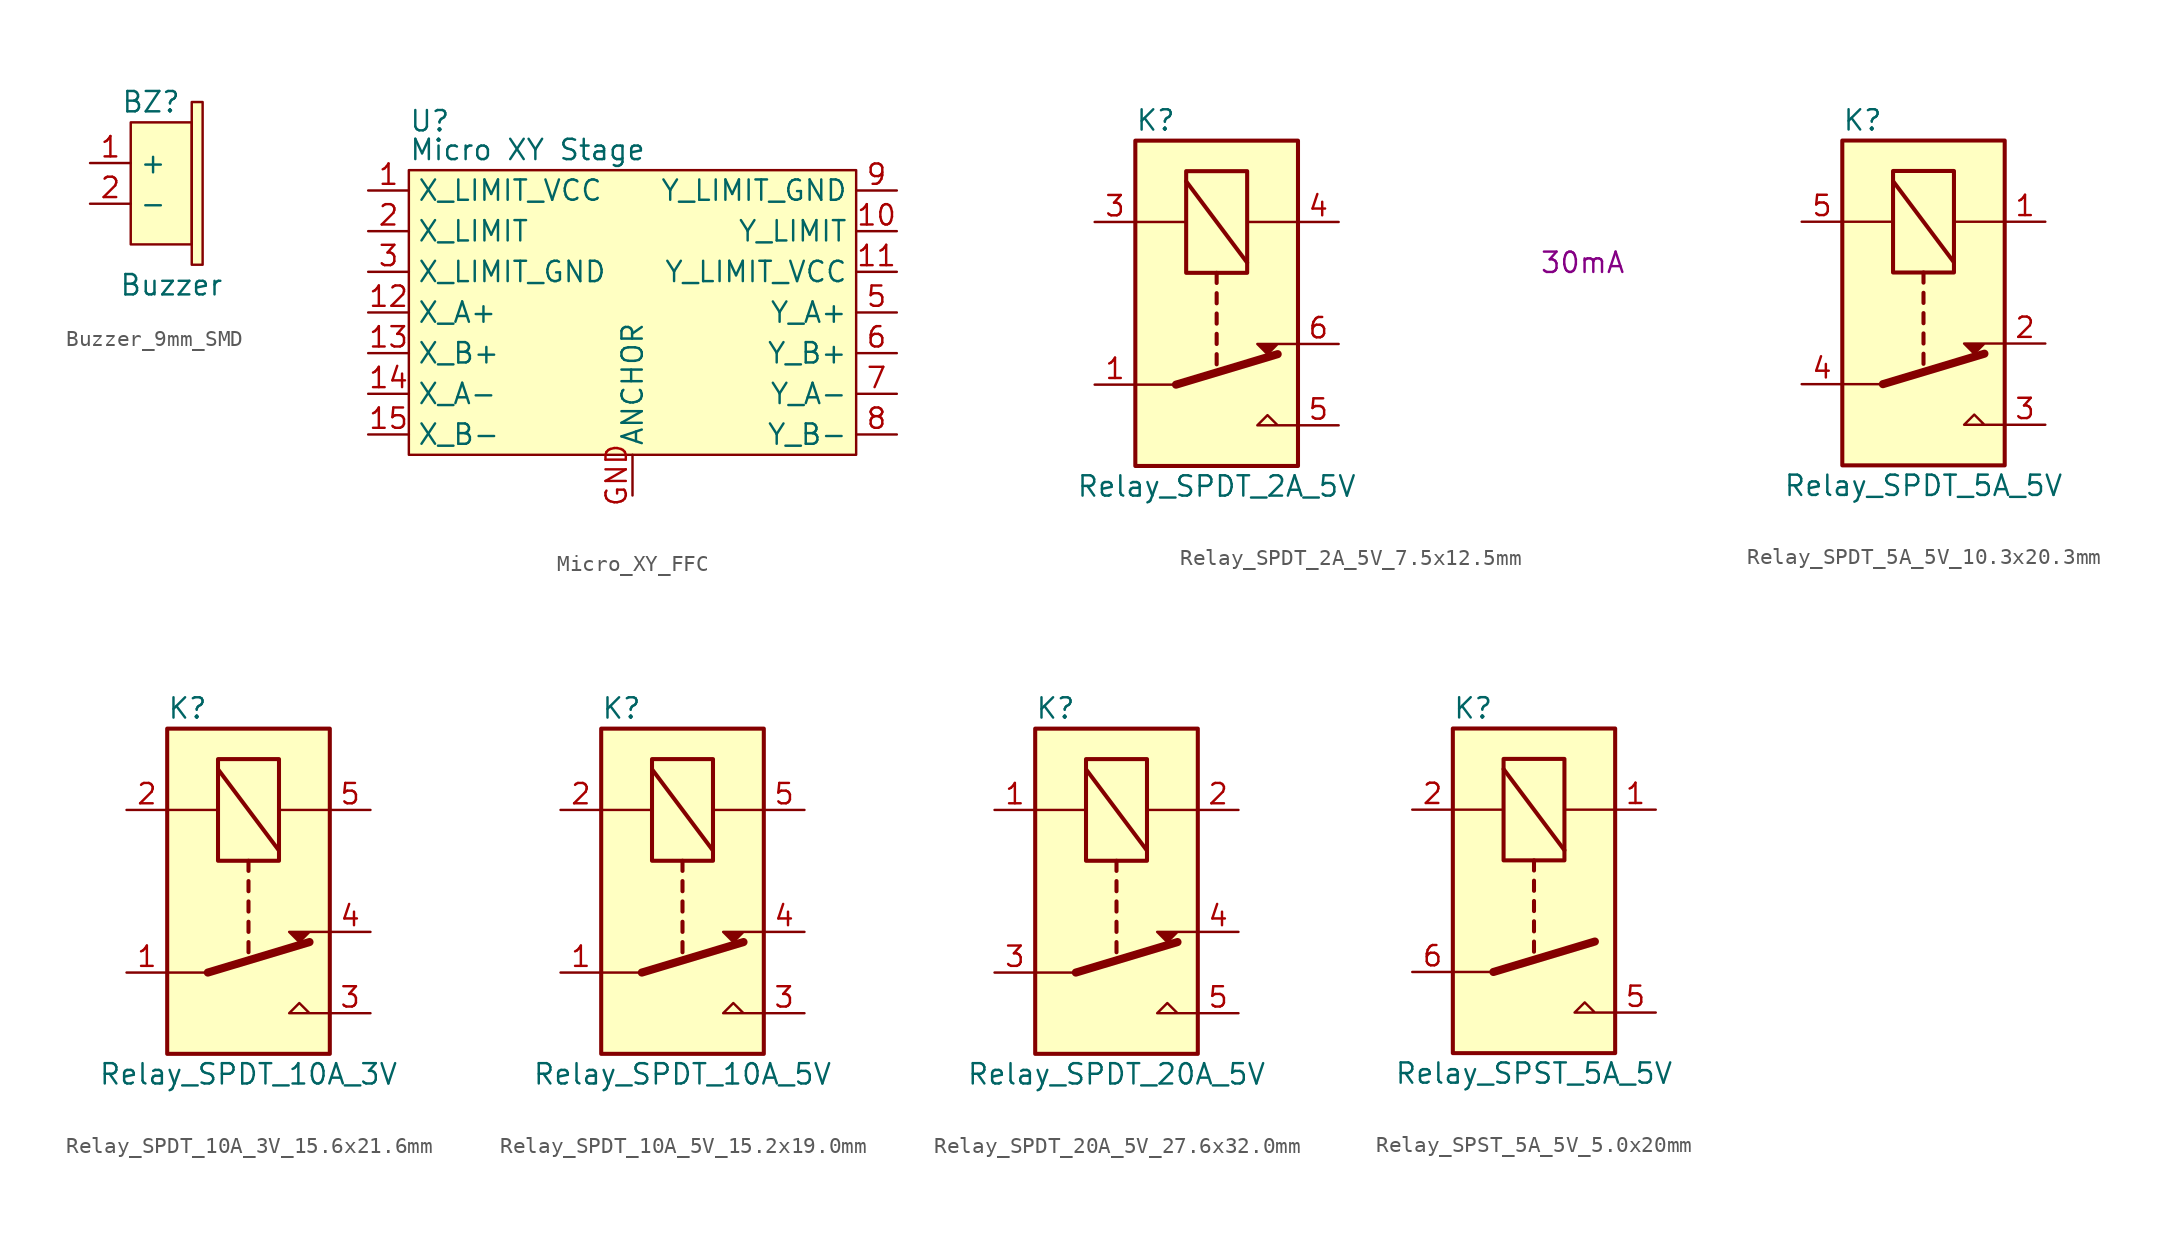
<source format=kicad_sym>
(kicad_symbol_lib
  (version 20241209)
  (generator "kicad_symbol_editor")
  (generator_version "9.0")
  (symbol "Buzzer_9mm_SMD"
    (property "Reference" "BZ"
      (at 0 5.08 0)
      (effects (font (size 1.27 1.27))))
    (property "Value" "Buzzer"
      (at 1.27 -6.35 0)
      (effects (font (size 1.27 1.27))))
    (symbol "Buzzer_9mm_SMD_1_1"
      (polyline (pts (xy -1.27 3.81) (xy -1.27 -3.81) (xy 2.54 -3.81) (xy 2.54 3.81) (xy -1.27 3.81)) (stroke (width 0) (type default)) (fill (type background)))
      (rectangle (start 3.219 5.08) (end 2.54 -5.08) (stroke (width 0) (type default)) (fill (type background)))
      (pin input line (at -3.81 1.27 0) (length 2.54) (name "+" (effects (font (size 1.27 1.27)))) (number "1" (effects (font (size 1.27 1.27)))))
      (pin input line (at -3.81 -1.27 0) (length 2.54) (name "-" (effects (font (size 1.27 1.27)))) (number "2" (effects (font (size 1.27 1.27)))))))
  (symbol "Micro_XY_FFC"
    (property "Reference" "U"
      (at -13.97 12.7 0)
      (effects (font (size 1.27 1.27)) (justify left top)))
    (property "Value" "Micro XY Stage"
      (at -13.97 10.16 0)
      (effects (font (size 1.27 1.27)) (justify left)))
    (symbol "Micro_XY_FFC_1_1"
      (polyline (pts (xy -13.97 8.89) (xy -13.97 -8.89) (xy 13.97 -8.89) (xy 13.97 8.89) (xy -13.97 8.89)) (stroke (width 0) (type default)) (fill (type background)))
      (pin input line (at -16.51 7.62 0) (length 2.54) (name "X_LIMIT_VCC" (effects (font (size 1.27 1.27)))) (number "1" (effects (font (size 1.27 1.27)))))
      (pin input line (at -16.51 5.08 0) (length 2.54) (name "X_LIMIT" (effects (font (size 1.27 1.27)))) (number "2" (effects (font (size 1.27 1.27)))))
      (pin input line (at -16.51 2.54 0) (length 2.54) (name "X_LIMIT_GND" (effects (font (size 1.27 1.27)))) (number "3" (effects (font (size 1.27 1.27)))))
      (pin input line (at -16.51 0 0) (length 2.54) (name "X_A+" (effects (font (size 1.27 1.27)))) (number "12" (effects (font (size 1.27 1.27)))))
      (pin input line (at -16.51 -2.54 0) (length 2.54) (name "X_B+" (effects (font (size 1.27 1.27)))) (number "13" (effects (font (size 1.27 1.27)))))
      (pin input line (at -16.51 -5.08 0) (length 2.54) (name "X_A-" (effects (font (size 1.27 1.27)))) (number "14" (effects (font (size 1.27 1.27)))))
      (pin input line (at -16.51 -7.62 0) (length 2.54) (name "X_B-" (effects (font (size 1.27 1.27)))) (number "15" (effects (font (size 1.27 1.27)))))
      (pin no_connect line (at 0 -11.43 90) (length 2.54) (hide yes) (name "NC" (effects (font (size 1.27 1.27)))) (number "4" (effects (font (size 1.27 1.27)))))
      (pin passive line (at 0 -11.43 90) (length 2.54) (name "ANCHOR" (effects (font (size 1.27 1.27)))) (number "GND" (effects (font (size 1.27 1.27)))))
      (pin input line (at 16.51 7.62 180) (length 2.54) (name "Y_LIMIT_GND" (effects (font (size 1.27 1.27)))) (number "9" (effects (font (size 1.27 1.27)))))
      (pin input line (at 16.51 5.08 180) (length 2.54) (name "Y_LIMIT" (effects (font (size 1.27 1.27)))) (number "10" (effects (font (size 1.27 1.27)))))
      (pin input line (at 16.51 2.54 180) (length 2.54) (name "Y_LIMIT_VCC" (effects (font (size 1.27 1.27)))) (number "11" (effects (font (size 1.27 1.27)))))
      (pin input line (at 16.51 0 180) (length 2.54) (name "Y_A+" (effects (font (size 1.27 1.27)))) (number "5" (effects (font (size 1.27 1.27)))))
      (pin input line (at 16.51 -2.54 180) (length 2.54) (name "Y_B+" (effects (font (size 1.27 1.27)))) (number "6" (effects (font (size 1.27 1.27)))))
      (pin input line (at 16.51 -5.08 180) (length 2.54) (name "Y_A-" (effects (font (size 1.27 1.27)))) (number "7" (effects (font (size 1.27 1.27)))))
      (pin input line (at 16.51 -7.62 180) (length 2.54) (name "Y_B-" (effects (font (size 1.27 1.27)))) (number "8" (effects (font (size 1.27 1.27)))))))
  (symbol "Relay_SPDT_2A_5V_7.5x12.5mm"
    (property "Reference" "K"
      (at -3.81 11.43 0)
      (effects (font (size 1.27 1.27))))
    (property "Value" "Relay_SPDT_2A_5V"
      (at 0 -11.43 0)
      (effects (font (size 1.27 1.27))))
    (property "ICoil" "30mA"
      (at 22.86 2.54 0)
      (effects (font (size 1.27 1.27))))
    (symbol "Relay_SPDT_2A_5V_7.5x12.5mm_0_0"
      (polyline (pts (xy 5.08 -2.54) (xy 2.54 -2.54) (xy 3.175 -3.175) (xy 3.81 -2.54)) (stroke (width 0) (type default)) (fill (type outline)))
      (polyline (pts (xy 5.08 -7.62) (xy 2.54 -7.62) (xy 3.175 -6.985) (xy 3.81 -7.62)) (stroke (width 0) (type default)) (fill (type none))))
    (symbol "Relay_SPDT_2A_5V_7.5x12.5mm_0_1"
      (polyline (pts (xy -5.08 5.08) (xy -1.905 5.08)) (stroke (width 0) (type default)) (fill (type none)))
      (polyline (pts (xy -2.54 -5.08) (xy -5.08 -5.08)) (stroke (width 0) (type default)) (fill (type none)))
      (polyline (pts (xy -2.54 -5.08) (xy 3.81 -3.175)) (stroke (width 0.508) (type default)) (fill (type none)))
      (polyline (pts (xy -1.905 7.62) (xy 1.905 2.54)) (stroke (width 0.254) (type default)) (fill (type none)))
      (polyline (pts (xy 0 1.905) (xy 0 1.27)) (stroke (width 0.254) (type default)) (fill (type none)))
      (polyline (pts (xy 0 0.635) (xy 0 0)) (stroke (width 0.254) (type default)) (fill (type none)))
      (polyline (pts (xy 0 -0.635) (xy 0 -1.27)) (stroke (width 0.254) (type default)) (fill (type none)))
      (polyline (pts (xy 0 -1.905) (xy 0 -2.54)) (stroke (width 0.254) (type default)) (fill (type none)))
      (polyline (pts (xy 0 -3.175) (xy 0 -3.81)) (stroke (width 0.254) (type default)) (fill (type none)))
      (rectangle (start 1.905 8.255) (end -1.905 1.905) (stroke (width 0.254) (type default)) (fill (type none)))
      (rectangle (start 5.08 10.16) (end -5.08 -10.16) (stroke (width 0.254) (type default)) (fill (type background)))
      (polyline (pts (xy 5.08 5.08) (xy 1.905 5.08)) (stroke (width 0) (type default)) (fill (type none))))
    (symbol "Relay_SPDT_2A_5V_7.5x12.5mm_1_1"
      (pin passive line (at -7.62 5.08 0) (length 2.54) (name "" (effects (font (size 1.27 1.27)))) (number "3" (effects (font (size 1.27 1.27)))))
      (pin passive line (at -7.62 -5.08 0) (length 2.54) (name "" (effects (font (size 1.27 1.27)))) (number "1" (effects (font (size 1.27 1.27)))))
      (pin passive line (at -7.62 -5.08 0) (length 2.54) (hide yes) (name "" (effects (font (size 1.27 1.27)))) (number "2" (effects (font (size 1.27 1.27)))))
      (pin passive line (at 7.62 5.08 180) (length 2.54) (name "" (effects (font (size 1.27 1.27)))) (number "4" (effects (font (size 1.27 1.27)))))
      (pin passive line (at 7.62 -2.54 180) (length 2.54) (name "" (effects (font (size 1.27 1.27)))) (number "6" (effects (font (size 1.27 1.27)))))
      (pin passive line (at 7.62 -7.62 180) (length 2.54) (name "" (effects (font (size 1.27 1.27)))) (number "5" (effects (font (size 1.27 1.27)))))))
  (symbol "Relay_SPDT_5A_5V_10.3x20.3mm"
    (property "Reference" "K"
      (at -3.81 11.43 0)
      (effects (font (size 1.27 1.27))))
    (property "Value" "Relay_SPDT_5A_5V"
      (at 0 -11.43 0)
      (effects (font (size 1.27 1.27))))
    (symbol "Relay_SPDT_5A_5V_10.3x20.3mm_0_0"
      (polyline (pts (xy 5.08 -2.54) (xy 2.54 -2.54) (xy 3.175 -3.175) (xy 3.81 -2.54)) (stroke (width 0) (type default)) (fill (type outline)))
      (polyline (pts (xy 5.08 -7.62) (xy 2.54 -7.62) (xy 3.175 -6.985) (xy 3.81 -7.62)) (stroke (width 0) (type default)) (fill (type none))))
    (symbol "Relay_SPDT_5A_5V_10.3x20.3mm_0_1"
      (polyline (pts (xy -5.08 5.08) (xy -1.905 5.08)) (stroke (width 0) (type default)) (fill (type none)))
      (polyline (pts (xy -2.54 -5.08) (xy -5.08 -5.08)) (stroke (width 0) (type default)) (fill (type none)))
      (polyline (pts (xy -2.54 -5.08) (xy 3.81 -3.175)) (stroke (width 0.508) (type default)) (fill (type none)))
      (polyline (pts (xy -1.905 7.62) (xy 1.905 2.54)) (stroke (width 0.254) (type default)) (fill (type none)))
      (polyline (pts (xy 0 1.905) (xy 0 1.27)) (stroke (width 0.254) (type default)) (fill (type none)))
      (polyline (pts (xy 0 0.635) (xy 0 0)) (stroke (width 0.254) (type default)) (fill (type none)))
      (polyline (pts (xy 0 -0.635) (xy 0 -1.27)) (stroke (width 0.254) (type default)) (fill (type none)))
      (polyline (pts (xy 0 -1.905) (xy 0 -2.54)) (stroke (width 0.254) (type default)) (fill (type none)))
      (polyline (pts (xy 0 -3.175) (xy 0 -3.81)) (stroke (width 0.254) (type default)) (fill (type none)))
      (rectangle (start 1.905 8.255) (end -1.905 1.905) (stroke (width 0.254) (type default)) (fill (type none)))
      (rectangle (start 5.08 10.16) (end -5.08 -10.16) (stroke (width 0.254) (type default)) (fill (type background)))
      (polyline (pts (xy 5.08 5.08) (xy 1.905 5.08)) (stroke (width 0) (type default)) (fill (type none))))
    (symbol "Relay_SPDT_5A_5V_10.3x20.3mm_1_1"
      (pin passive line (at -7.62 5.08 0) (length 2.54) (name "" (effects (font (size 1.27 1.27)))) (number "5" (effects (font (size 1.27 1.27)))))
      (pin passive line (at -7.62 -5.08 0) (length 2.54) (name "" (effects (font (size 1.27 1.27)))) (number "4" (effects (font (size 1.27 1.27)))))
      (pin passive line (at 7.62 5.08 180) (length 2.54) (name "" (effects (font (size 1.27 1.27)))) (number "1" (effects (font (size 1.27 1.27)))))
      (pin passive line (at 7.62 -2.54 180) (length 2.54) (name "" (effects (font (size 1.27 1.27)))) (number "2" (effects (font (size 1.27 1.27)))))
      (pin passive line (at 7.62 -7.62 180) (length 2.54) (name "" (effects (font (size 1.27 1.27)))) (number "3" (effects (font (size 1.27 1.27)))))))
  (symbol "Relay_SPDT_10A_3V_15.6x21.6mm"
    (property "Reference" "K"
      (at -3.81 11.43 0)
      (effects (font (size 1.27 1.27))))
    (property "Value" "Relay_SPDT_10A_3V"
      (at 0 -11.43 0)
      (effects (font (size 1.27 1.27))))
    (symbol "Relay_SPDT_10A_3V_15.6x21.6mm_0_0"
      (polyline (pts (xy 5.08 -2.54) (xy 2.54 -2.54) (xy 3.175 -3.175) (xy 3.81 -2.54)) (stroke (width 0) (type default)) (fill (type outline)))
      (polyline (pts (xy 5.08 -7.62) (xy 2.54 -7.62) (xy 3.175 -6.985) (xy 3.81 -7.62)) (stroke (width 0) (type default)) (fill (type none))))
    (symbol "Relay_SPDT_10A_3V_15.6x21.6mm_0_1"
      (polyline (pts (xy -5.08 5.08) (xy -1.905 5.08)) (stroke (width 0) (type default)) (fill (type none)))
      (polyline (pts (xy -2.54 -5.08) (xy -5.08 -5.08)) (stroke (width 0) (type default)) (fill (type none)))
      (polyline (pts (xy -2.54 -5.08) (xy 3.81 -3.175)) (stroke (width 0.508) (type default)) (fill (type none)))
      (polyline (pts (xy -1.905 7.62) (xy 1.905 2.54)) (stroke (width 0.254) (type default)) (fill (type none)))
      (polyline (pts (xy 0 1.905) (xy 0 1.27)) (stroke (width 0.254) (type default)) (fill (type none)))
      (polyline (pts (xy 0 0.635) (xy 0 0)) (stroke (width 0.254) (type default)) (fill (type none)))
      (polyline (pts (xy 0 -0.635) (xy 0 -1.27)) (stroke (width 0.254) (type default)) (fill (type none)))
      (polyline (pts (xy 0 -1.905) (xy 0 -2.54)) (stroke (width 0.254) (type default)) (fill (type none)))
      (polyline (pts (xy 0 -3.175) (xy 0 -3.81)) (stroke (width 0.254) (type default)) (fill (type none)))
      (rectangle (start 1.905 8.255) (end -1.905 1.905) (stroke (width 0.254) (type default)) (fill (type none)))
      (rectangle (start 5.08 10.16) (end -5.08 -10.16) (stroke (width 0.254) (type default)) (fill (type background)))
      (polyline (pts (xy 5.08 5.08) (xy 1.905 5.08)) (stroke (width 0) (type default)) (fill (type none))))
    (symbol "Relay_SPDT_10A_3V_15.6x21.6mm_1_1"
      (pin passive line (at -7.62 5.08 0) (length 2.54) (name "" (effects (font (size 1.27 1.27)))) (number "2" (effects (font (size 1.27 1.27)))))
      (pin passive line (at -7.62 -5.08 0) (length 2.54) (name "" (effects (font (size 1.27 1.27)))) (number "1" (effects (font (size 1.27 1.27)))))
      (pin passive line (at 7.62 5.08 180) (length 2.54) (name "" (effects (font (size 1.27 1.27)))) (number "5" (effects (font (size 1.27 1.27)))))
      (pin passive line (at 7.62 -2.54 180) (length 2.54) (name "" (effects (font (size 1.27 1.27)))) (number "4" (effects (font (size 1.27 1.27)))))
      (pin passive line (at 7.62 -7.62 180) (length 2.54) (name "" (effects (font (size 1.27 1.27)))) (number "3" (effects (font (size 1.27 1.27)))))))
  (symbol "Relay_SPDT_10A_5V_15.2x19.0mm"
    (property "Reference" "K"
      (at -3.81 11.43 0)
      (effects (font (size 1.27 1.27))))
    (property "Value" "Relay_SPDT_10A_5V"
      (at 0 -11.43 0)
      (effects (font (size 1.27 1.27))))
    (symbol "Relay_SPDT_10A_5V_15.2x19.0mm_0_0"
      (polyline (pts (xy 5.08 -2.54) (xy 2.54 -2.54) (xy 3.175 -3.175) (xy 3.81 -2.54)) (stroke (width 0) (type default)) (fill (type outline)))
      (polyline (pts (xy 5.08 -7.62) (xy 2.54 -7.62) (xy 3.175 -6.985) (xy 3.81 -7.62)) (stroke (width 0) (type default)) (fill (type none))))
    (symbol "Relay_SPDT_10A_5V_15.2x19.0mm_0_1"
      (polyline (pts (xy -5.08 5.08) (xy -1.905 5.08)) (stroke (width 0) (type default)) (fill (type none)))
      (polyline (pts (xy -2.54 -5.08) (xy -5.08 -5.08)) (stroke (width 0) (type default)) (fill (type none)))
      (polyline (pts (xy -2.54 -5.08) (xy 3.81 -3.175)) (stroke (width 0.508) (type default)) (fill (type none)))
      (polyline (pts (xy -1.905 7.62) (xy 1.905 2.54)) (stroke (width 0.254) (type default)) (fill (type none)))
      (polyline (pts (xy 0 1.905) (xy 0 1.27)) (stroke (width 0.254) (type default)) (fill (type none)))
      (polyline (pts (xy 0 0.635) (xy 0 0)) (stroke (width 0.254) (type default)) (fill (type none)))
      (polyline (pts (xy 0 -0.635) (xy 0 -1.27)) (stroke (width 0.254) (type default)) (fill (type none)))
      (polyline (pts (xy 0 -1.905) (xy 0 -2.54)) (stroke (width 0.254) (type default)) (fill (type none)))
      (polyline (pts (xy 0 -3.175) (xy 0 -3.81)) (stroke (width 0.254) (type default)) (fill (type none)))
      (rectangle (start 1.905 8.255) (end -1.905 1.905) (stroke (width 0.254) (type default)) (fill (type none)))
      (rectangle (start 5.08 10.16) (end -5.08 -10.16) (stroke (width 0.254) (type default)) (fill (type background)))
      (polyline (pts (xy 5.08 5.08) (xy 1.905 5.08)) (stroke (width 0) (type default)) (fill (type none))))
    (symbol "Relay_SPDT_10A_5V_15.2x19.0mm_1_1"
      (pin passive line (at -7.62 5.08 0) (length 2.54) (name "" (effects (font (size 1.27 1.27)))) (number "2" (effects (font (size 1.27 1.27)))))
      (pin passive line (at -7.62 -5.08 0) (length 2.54) (name "" (effects (font (size 1.27 1.27)))) (number "1" (effects (font (size 1.27 1.27)))))
      (pin passive line (at 7.62 5.08 180) (length 2.54) (name "" (effects (font (size 1.27 1.27)))) (number "5" (effects (font (size 1.27 1.27)))))
      (pin passive line (at 7.62 -2.54 180) (length 2.54) (name "" (effects (font (size 1.27 1.27)))) (number "4" (effects (font (size 1.27 1.27)))))
      (pin passive line (at 7.62 -7.62 180) (length 2.54) (name "" (effects (font (size 1.27 1.27)))) (number "3" (effects (font (size 1.27 1.27)))))))
  (symbol "Relay_SPDT_20A_5V_27.6x32.0mm"
    (property "Reference" "K"
      (at -3.81 11.43 0)
      (effects (font (size 1.27 1.27))))
    (property "Value" "Relay_SPDT_20A_5V"
      (at 0 -11.43 0)
      (effects (font (size 1.27 1.27))))
    (symbol "Relay_SPDT_20A_5V_27.6x32.0mm_0_0"
      (polyline (pts (xy 5.08 -2.54) (xy 2.54 -2.54) (xy 3.175 -3.175) (xy 3.81 -2.54)) (stroke (width 0) (type default)) (fill (type outline)))
      (polyline (pts (xy 5.08 -7.62) (xy 2.54 -7.62) (xy 3.175 -6.985) (xy 3.81 -7.62)) (stroke (width 0) (type default)) (fill (type none))))
    (symbol "Relay_SPDT_20A_5V_27.6x32.0mm_0_1"
      (polyline (pts (xy -5.08 5.08) (xy -1.905 5.08)) (stroke (width 0) (type default)) (fill (type none)))
      (polyline (pts (xy -2.54 -5.08) (xy -5.08 -5.08)) (stroke (width 0) (type default)) (fill (type none)))
      (polyline (pts (xy -2.54 -5.08) (xy 3.81 -3.175)) (stroke (width 0.508) (type default)) (fill (type none)))
      (polyline (pts (xy -1.905 7.62) (xy 1.905 2.54)) (stroke (width 0.254) (type default)) (fill (type none)))
      (polyline (pts (xy 0 1.905) (xy 0 1.27)) (stroke (width 0.254) (type default)) (fill (type none)))
      (polyline (pts (xy 0 0.635) (xy 0 0)) (stroke (width 0.254) (type default)) (fill (type none)))
      (polyline (pts (xy 0 -0.635) (xy 0 -1.27)) (stroke (width 0.254) (type default)) (fill (type none)))
      (polyline (pts (xy 0 -1.905) (xy 0 -2.54)) (stroke (width 0.254) (type default)) (fill (type none)))
      (polyline (pts (xy 0 -3.175) (xy 0 -3.81)) (stroke (width 0.254) (type default)) (fill (type none)))
      (rectangle (start 1.905 8.255) (end -1.905 1.905) (stroke (width 0.254) (type default)) (fill (type none)))
      (rectangle (start 5.08 10.16) (end -5.08 -10.16) (stroke (width 0.254) (type default)) (fill (type background)))
      (polyline (pts (xy 5.08 5.08) (xy 1.905 5.08)) (stroke (width 0) (type default)) (fill (type none))))
    (symbol "Relay_SPDT_20A_5V_27.6x32.0mm_1_1"
      (pin passive line (at -7.62 5.08 0) (length 2.54) (name "" (effects (font (size 1.27 1.27)))) (number "1" (effects (font (size 1.27 1.27)))))
      (pin passive line (at -7.62 -5.08 0) (length 2.54) (name "" (effects (font (size 1.27 1.27)))) (number "3" (effects (font (size 1.27 1.27)))))
      (pin passive line (at 7.62 5.08 180) (length 2.54) (name "" (effects (font (size 1.27 1.27)))) (number "2" (effects (font (size 1.27 1.27)))))
      (pin passive line (at 7.62 -2.54 180) (length 2.54) (name "" (effects (font (size 1.27 1.27)))) (number "4" (effects (font (size 1.27 1.27)))))
      (pin passive line (at 7.62 -7.62 180) (length 2.54) (name "" (effects (font (size 1.27 1.27)))) (number "5" (effects (font (size 1.27 1.27)))))))
  (symbol "Relay_SPST_5A_5V_5.0x20mm"
    (property "Reference" "K"
      (at -3.81 11.43 0)
      (effects (font (size 1.27 1.27))))
    (property "Value" "Relay_SPST_5A_5V"
      (at 0 -11.43 0)
      (effects (font (size 1.27 1.27))))
    (symbol "Relay_SPST_5A_5V_5.0x20mm_0_0"
      (polyline (pts (xy 5.08 -7.62) (xy 2.54 -7.62) (xy 3.175 -6.985) (xy 3.81 -7.62)) (stroke (width 0) (type default)) (fill (type none))))
    (symbol "Relay_SPST_5A_5V_5.0x20mm_0_1"
      (polyline (pts (xy -5.08 5.08) (xy -1.905 5.08)) (stroke (width 0) (type default)) (fill (type none)))
      (polyline (pts (xy -2.54 -5.08) (xy -5.08 -5.08)) (stroke (width 0) (type default)) (fill (type none)))
      (polyline (pts (xy -2.54 -5.08) (xy 3.81 -3.175)) (stroke (width 0.508) (type default)) (fill (type none)))
      (polyline (pts (xy -1.905 7.62) (xy 1.905 2.54)) (stroke (width 0.254) (type default)) (fill (type none)))
      (polyline (pts (xy 0 1.905) (xy 0 1.27)) (stroke (width 0.254) (type default)) (fill (type none)))
      (polyline (pts (xy 0 0.635) (xy 0 0)) (stroke (width 0.254) (type default)) (fill (type none)))
      (polyline (pts (xy 0 -0.635) (xy 0 -1.27)) (stroke (width 0.254) (type default)) (fill (type none)))
      (polyline (pts (xy 0 -1.905) (xy 0 -2.54)) (stroke (width 0.254) (type default)) (fill (type none)))
      (polyline (pts (xy 0 -3.175) (xy 0 -3.81)) (stroke (width 0.254) (type default)) (fill (type none)))
      (rectangle (start 1.905 8.255) (end -1.905 1.905) (stroke (width 0.254) (type default)) (fill (type none)))
      (rectangle (start 5.08 10.16) (end -5.08 -10.16) (stroke (width 0.254) (type default)) (fill (type background)))
      (polyline (pts (xy 5.08 5.08) (xy 1.905 5.08)) (stroke (width 0) (type default)) (fill (type none))))
    (symbol "Relay_SPST_5A_5V_5.0x20mm_1_1"
      (pin passive line (at -7.62 5.08 0) (length 2.54) (name "" (effects (font (size 1.27 1.27)))) (number "2" (effects (font (size 1.27 1.27)))))
      (pin passive line (at -7.62 -5.08 0) (length 2.54) (name "" (effects (font (size 1.27 1.27)))) (number "6" (effects (font (size 1.27 1.27)))))
      (pin passive line (at 7.62 5.08 180) (length 2.54) (name "" (effects (font (size 1.27 1.27)))) (number "1" (effects (font (size 1.27 1.27)))))
      (pin passive line (at 7.62 -7.62 180) (length 2.54) (name "" (effects (font (size 1.27 1.27)))) (number "5" (effects (font (size 1.27 1.27))))))))
</source>
